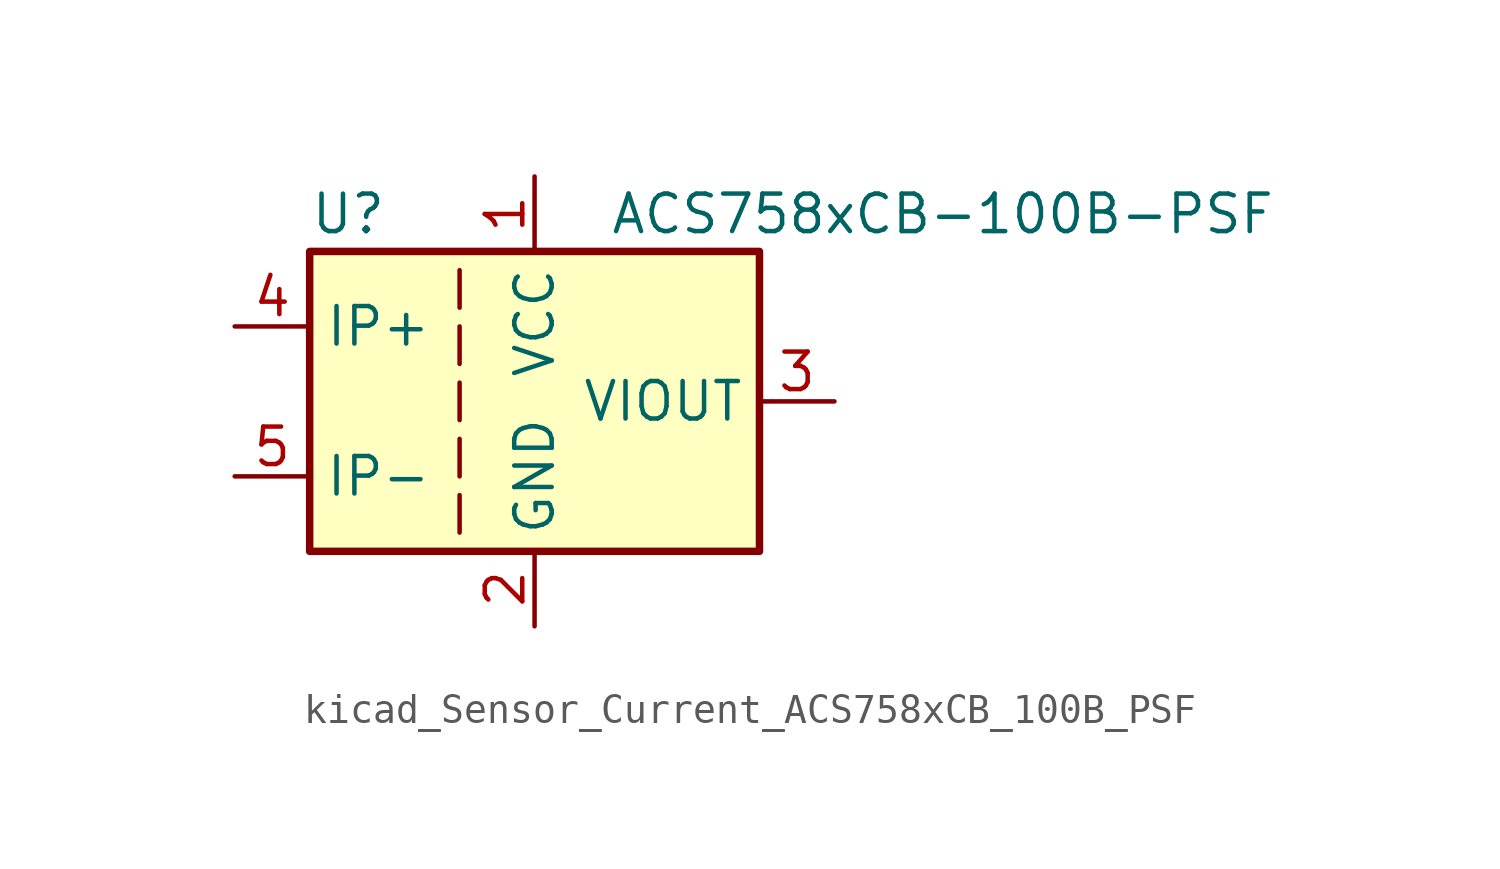
<source format=kicad_sym>
(kicad_symbol_lib
  (version 20220914)
  (generator kicad_symbol_editor)
  (symbol "kicad_Sensor_Current_ACS758xCB_100B_PSF"
    (property "Reference" "U"
      (at -7.62 6.35 0)
      (effects (font (size 1.27 1.27)) (justify left)))
    (property "Value" "ACS758xCB-100B-PSF"
      (at 2.54 6.35 0)
      (effects (font (size 1.27 1.27)) (justify left)))
    (symbol "kicad_Sensor_Current_ACS758xCB_100B_PSF_0_1"
      (rectangle (start -7.62 5.08) (end 7.62 -5.08) (stroke (width 0.254) (type default)) (fill (type background)))
      (polyline (pts (xy -2.54 -3.175) (xy -2.54 -4.445)) (stroke (width 0) (type default)) (fill (type none)))
      (polyline (pts (xy -2.54 -1.27) (xy -2.54 -2.54)) (stroke (width 0) (type default)) (fill (type none)))
      (polyline (pts (xy -2.54 0.635) (xy -2.54 -0.635)) (stroke (width 0) (type default)) (fill (type none)))
      (polyline (pts (xy -2.54 1.27) (xy -2.54 2.54)) (stroke (width 0) (type default)) (fill (type none)))
      (polyline (pts (xy -2.54 3.175) (xy -2.54 4.445)) (stroke (width 0) (type default)) (fill (type none))))
    (symbol "kicad_Sensor_Current_ACS758xCB_100B_PSF_1_1"
      (pin power_in line (at 0 7.62 270) (length 2.54) (name "VCC" (effects (font (size 1.27 1.27)))) (number "1" (effects (font (size 1.27 1.27)))))
      (pin power_in line (at 0 -7.62 90) (length 2.54) (name "GND" (effects (font (size 1.27 1.27)))) (number "2" (effects (font (size 1.27 1.27)))))
      (pin output line (at 10.16 0 180) (length 2.54) (name "VIOUT" (effects (font (size 1.27 1.27)))) (number "3" (effects (font (size 1.27 1.27)))))
      (pin passive line (at -10.16 2.54 0) (length 2.54) (name "IP+" (effects (font (size 1.27 1.27)))) (number "4" (effects (font (size 1.27 1.27)))))
      (pin passive line (at -10.16 -2.54 0) (length 2.54) (name "IP-" (effects (font (size 1.27 1.27)))) (number "5" (effects (font (size 1.27 1.27))))))))
</source>
